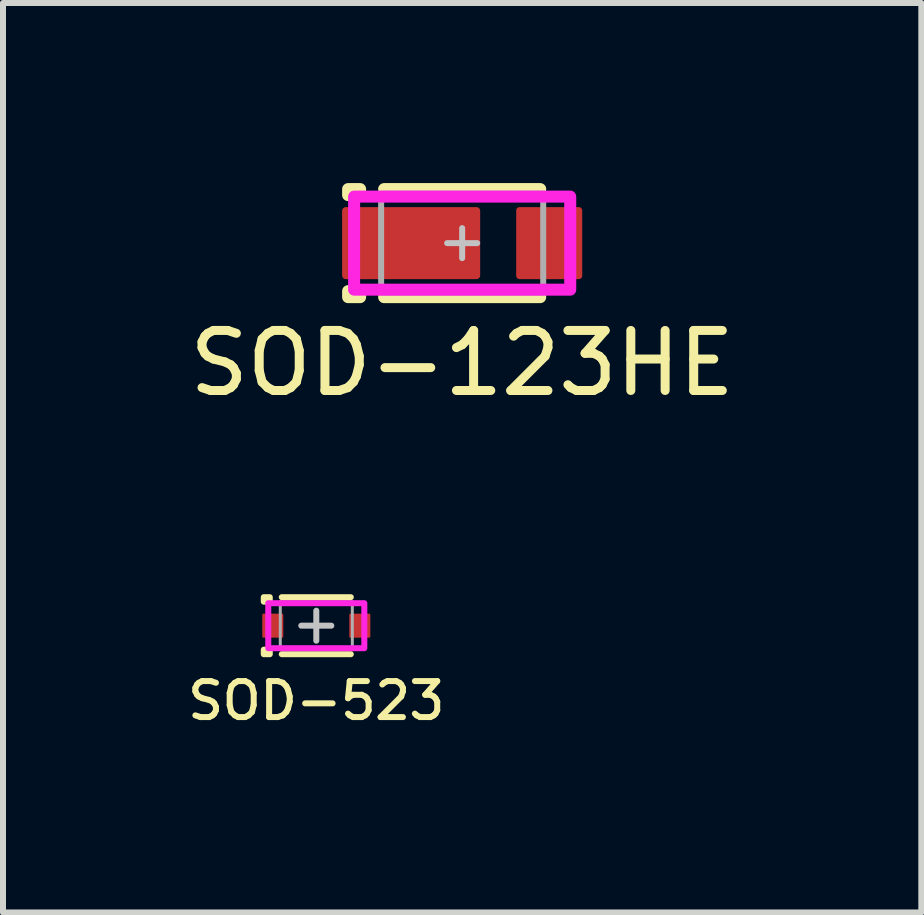
<source format=kicad_pcb>
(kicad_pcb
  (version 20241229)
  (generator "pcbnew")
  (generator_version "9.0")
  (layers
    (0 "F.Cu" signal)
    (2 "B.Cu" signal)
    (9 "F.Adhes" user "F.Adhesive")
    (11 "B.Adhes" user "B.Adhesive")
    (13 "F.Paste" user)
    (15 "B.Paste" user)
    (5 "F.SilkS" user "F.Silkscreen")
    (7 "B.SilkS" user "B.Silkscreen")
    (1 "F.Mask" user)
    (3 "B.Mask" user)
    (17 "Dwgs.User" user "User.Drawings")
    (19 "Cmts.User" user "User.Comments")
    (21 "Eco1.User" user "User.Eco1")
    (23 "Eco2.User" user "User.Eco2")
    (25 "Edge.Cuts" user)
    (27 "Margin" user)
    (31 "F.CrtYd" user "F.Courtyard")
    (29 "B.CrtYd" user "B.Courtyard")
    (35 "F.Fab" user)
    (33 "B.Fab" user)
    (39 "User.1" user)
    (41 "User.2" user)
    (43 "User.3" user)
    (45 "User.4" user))
  (footprint "SOD-123HE"
    (layer "F.Cu")
    (at 4.649 1)
    (property "Reference" "SOD-123HE" (at 0 2 0) (unlocked yes) (layer "F.SilkS") (effects (font (size 1 1) (thickness 0.15))))
    (attr smd)
    (fp_line (start -1.3 -0.9) (end 1.3 -0.9) (stroke (width 0.2) (type solid)) (layer "F.SilkS"))
    (fp_line (start -1.3 0.9) (end 1.3 0.9) (stroke (width 0.2) (type solid)) (layer "F.SilkS"))
    (fp_rect (start -1.9 -0.8) (end -1.7 -0.9) (stroke (width 0.2) (type solid)) (fill no) (layer "F.SilkS"))
    (fp_rect (start -1.9 0.9) (end -1.7 0.8) (stroke (width 0.2) (type solid)) (fill no) (layer "F.SilkS"))
    (fp_line (start -0.25 0) (end 0.25 0) (stroke (width 0.1) (type solid)) (layer "Dwgs.User"))
    (fp_line (start 0 -0.25) (end 0 0.25) (stroke (width 0.1) (type solid)) (layer "Dwgs.User"))
    (fp_rect (start -1.8 -0.775) (end 1.8 0.775) (stroke (width 0.2) (type solid)) (fill no) (layer "F.CrtYd"))
    (fp_rect (start -1.35 -0.825) (end 1.35 0.825) (stroke (width 0.1) (type solid)) (fill no) (layer "F.Fab"))
    (pad "1" smd roundrect (at -0.85 0) (size 2.3 1.2) (layers "F.Cu" "F.Mask" "F.Paste") (roundrect_rratio 0.05))
    (pad "2" smd roundrect (at 1.45 0 90) (size 1.2 1.1) (layers "F.Cu" "F.Mask" "F.Paste") (roundrect_rratio 0.05)))
  (footprint "SOD-523"
    (layer "F.Cu")
    (at 2.219 7.373)
    (property "Reference" "SOD-523" (at 0 1.25 0) (unlocked yes) (layer "F.SilkS") (effects (font (size 0.6 0.6) (thickness 0.1))))
    (attr smd)
    (fp_line (start -0.575 -0.475) (end 0.575 -0.475) (stroke (width 0.1) (type solid)) (layer "F.SilkS"))
    (fp_line (start -0.575 0.475) (end 0.575 0.475) (stroke (width 0.1) (type solid)) (layer "F.SilkS"))
    (fp_rect (start -0.875 -0.475) (end -0.775 -0.4) (stroke (width 0.1) (type solid)) (fill no) (layer "F.SilkS"))
    (fp_rect (start -0.875 0.4) (end -0.775 0.475) (stroke (width 0.1) (type solid)) (fill no) (layer "F.SilkS"))
    (fp_line (start -0.25 0) (end 0.25 0) (stroke (width 0.1) (type solid)) (layer "Dwgs.User"))
    (fp_line (start 0 -0.25) (end 0 0.25) (stroke (width 0.1) (type solid)) (layer "Dwgs.User"))
    (fp_rect (start -0.8 -0.375) (end 0.8 0.375) (stroke (width 0.1) (type solid)) (fill no) (layer "F.CrtYd"))
    (fp_rect (start -0.6 -0.4) (end 0.6 0.4) (stroke (width 0.05) (type solid)) (fill no) (layer "F.Fab"))
    (pad "1" smd roundrect (at -0.725 0 90) (size 0.4 0.35) (layers "F.Cu" "F.Mask" "F.Paste") (roundrect_rratio 0.05))
    (pad "2" smd roundrect (at 0.725 0 90) (size 0.4 0.35) (layers "F.Cu" "F.Mask" "F.Paste") (roundrect_rratio 0.05)))
  (gr_rect
    (start -3 -3)
    (end 12.298 12.15)
    (stroke (width 0.1) (type default))
    (fill no)
    (layer "Edge.Cuts")))
</source>
